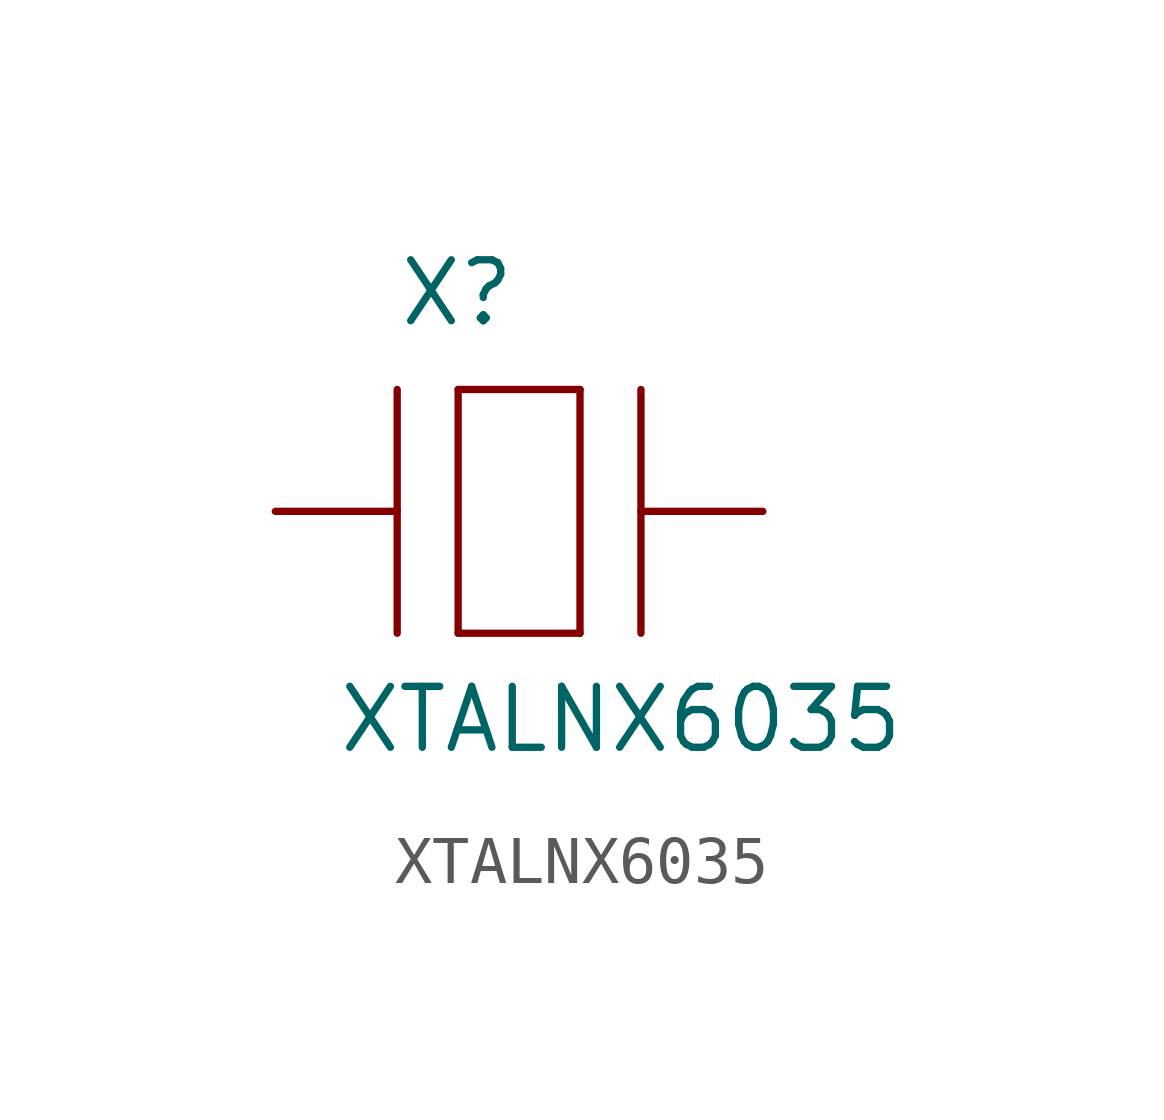
<source format=kicad_sym>
(kicad_symbol_lib
  (version 20211014)
  (generator kicad_symbol_editor)
  (symbol "XTALNX6035"
    (pin_names
      (offset 1.016))
    (property "Reference" "X"
      (at -2.54 3.81 0)
      (effects (font (size 1.27 1.27)) (justify left bottom)))
    (property "Value" "XTALNX6035"
      (at -3.81 -5.08 0)
      (effects (font (size 1.27 1.27)) (justify left bottom)))
    (property "ki_locked" ""
      (at 0 0 0)
      (effects (font (size 1.27 1.27))))
    (symbol "XTALNX6035_1_0"
      (polyline (pts (xy -2.54 2.54) (xy -2.54 -2.54)) (stroke (width 0) (type default) (color 0 0 0 0)) (fill (type none)))
      (polyline (pts (xy -1.27 -2.54) (xy 1.27 -2.54)) (stroke (width 0) (type default) (color 0 0 0 0)) (fill (type none)))
      (polyline (pts (xy -1.27 2.54) (xy -1.27 -2.54)) (stroke (width 0) (type default) (color 0 0 0 0)) (fill (type none)))
      (polyline (pts (xy 1.27 -2.54) (xy 1.27 2.54)) (stroke (width 0) (type default) (color 0 0 0 0)) (fill (type none)))
      (polyline (pts (xy 1.27 2.54) (xy -1.27 2.54)) (stroke (width 0) (type default) (color 0 0 0 0)) (fill (type none)))
      (polyline (pts (xy 2.54 2.54) (xy 2.54 -2.54)) (stroke (width 0) (type default) (color 0 0 0 0)) (fill (type none)))
      (pin bidirectional line (at -5.08 0 0) (length 2.54) (name "P$1" (effects (font (size 0 0)))) (number "P$1" (effects (font (size 0 0)))))
      (pin bidirectional line (at 5.08 0 180) (length 2.54) (name "P$2" (effects (font (size 0 0)))) (number "P$2" (effects (font (size 0 0))))))))
</source>
